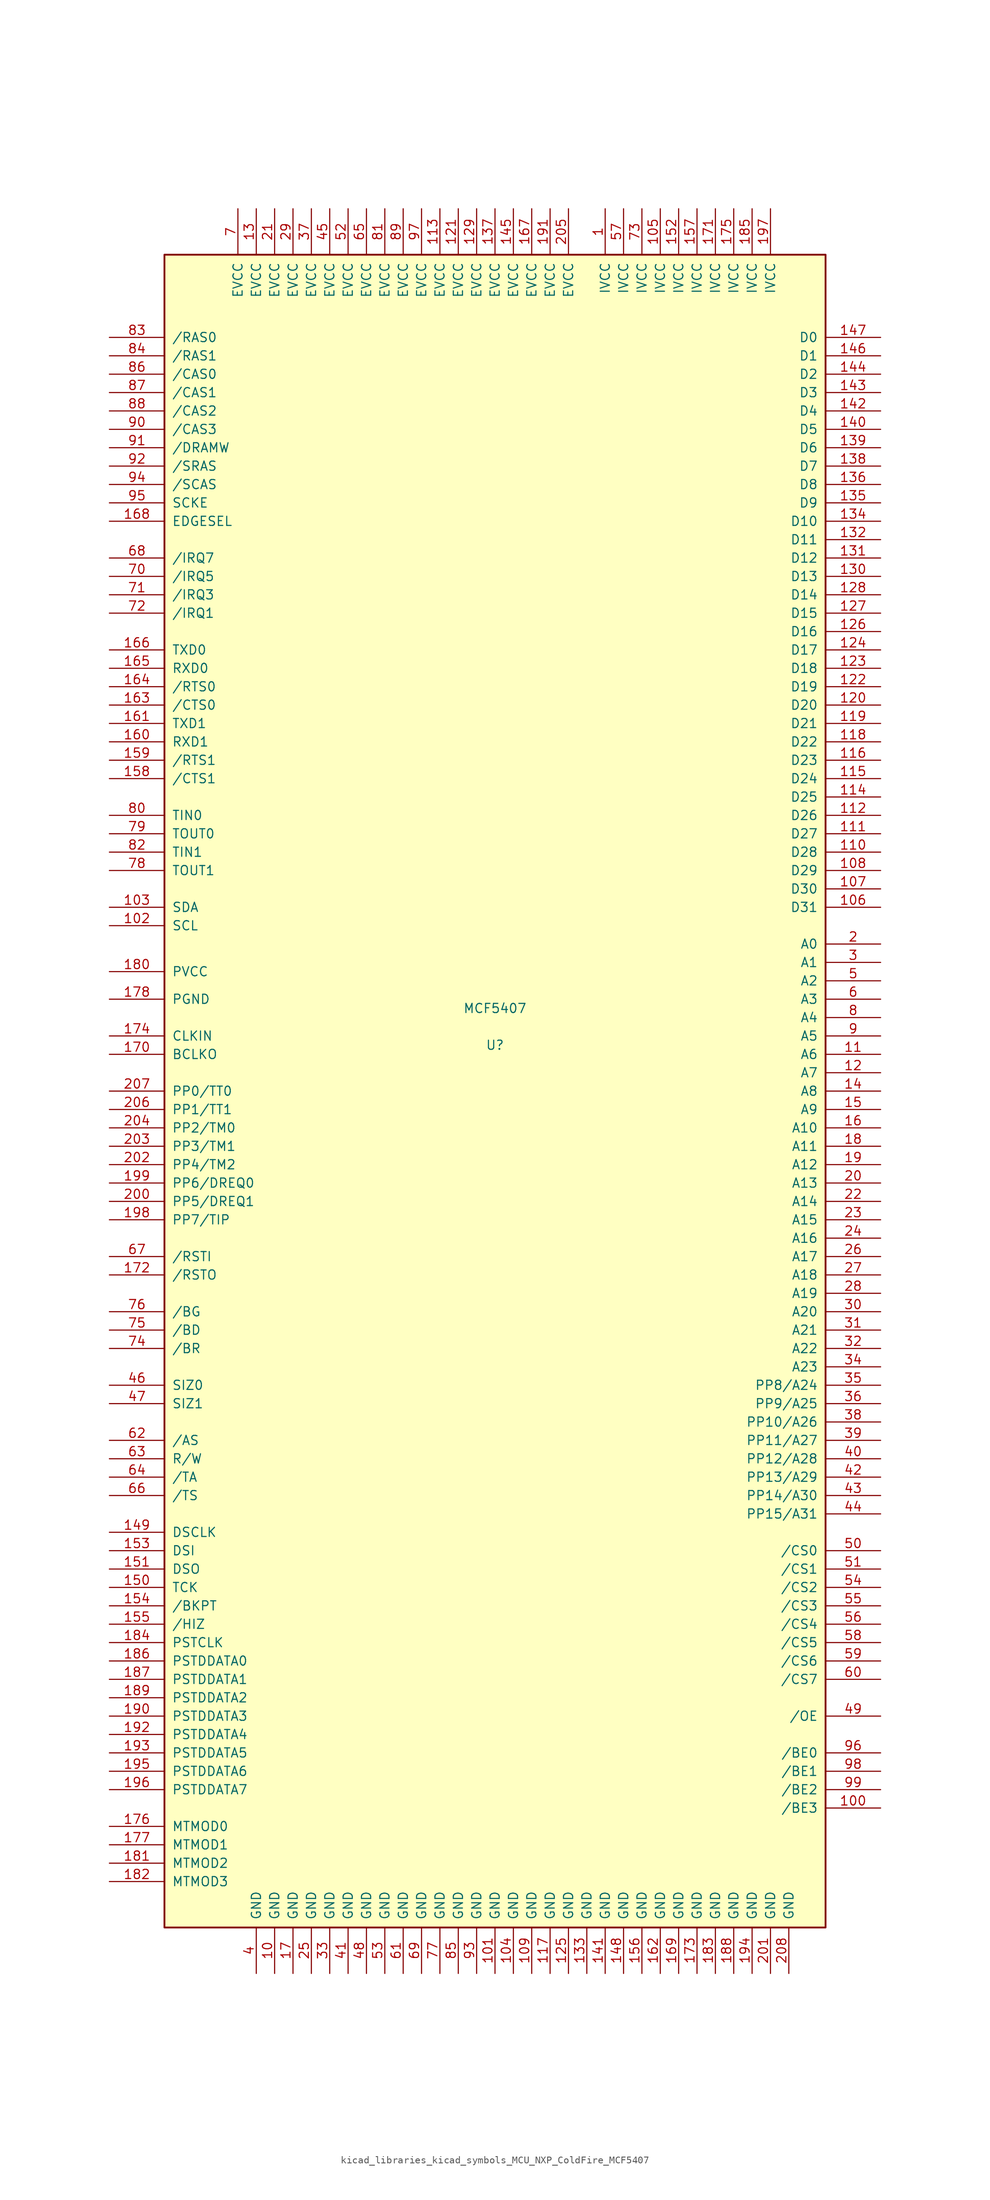
<source format=kicad_sym>
(kicad_symbol_lib
  (version 20220914)
  (generator kicad_symbol_editor)
  (symbol "kicad_libraries_kicad_symbols_MCU_NXP_ColdFire_MCF5407"
    (pin_names
      (offset 1.016))
    (property "Reference" "U"
      (at 0 6.35 0)
      (effects (font (size 1.27 1.27))))
    (property "Value" "MCF5407"
      (at 0 11.43 0)
      (effects (font (size 1.27 1.27))))
    (symbol "kicad_libraries_kicad_symbols_MCU_NXP_ColdFire_MCF5407_0_1"
      (rectangle (start -45.72 115.57) (end 45.72 -115.57) (stroke (width 0.254) (type default)) (fill (type background))))
    (symbol "kicad_libraries_kicad_symbols_MCU_NXP_ColdFire_MCF5407_1_1"
      (pin power_in line (at 15.24 121.92 270) (length 6.35) (name "IVCC" (effects (font (size 1.27 1.27)))) (number "1" (effects (font (size 1.27 1.27)))))
      (pin power_in line (at -30.48 -121.92 90) (length 6.35) (name "GND" (effects (font (size 1.27 1.27)))) (number "10" (effects (font (size 1.27 1.27)))))
      (pin bidirectional line (at 53.34 -99.06 180) (length 7.62) (name "/BE3" (effects (font (size 1.27 1.27)))) (number "100" (effects (font (size 1.27 1.27)))))
      (pin power_in line (at 0 -121.92 90) (length 6.35) (name "GND" (effects (font (size 1.27 1.27)))) (number "101" (effects (font (size 1.27 1.27)))))
      (pin bidirectional line (at -53.34 22.86 0) (length 7.62) (name "SCL" (effects (font (size 1.27 1.27)))) (number "102" (effects (font (size 1.27 1.27)))))
      (pin bidirectional line (at -53.34 25.4 0) (length 7.62) (name "SDA" (effects (font (size 1.27 1.27)))) (number "103" (effects (font (size 1.27 1.27)))))
      (pin power_in line (at 2.54 -121.92 90) (length 6.35) (name "GND" (effects (font (size 1.27 1.27)))) (number "104" (effects (font (size 1.27 1.27)))))
      (pin power_in line (at 22.86 121.92 270) (length 6.35) (name "IVCC" (effects (font (size 1.27 1.27)))) (number "105" (effects (font (size 1.27 1.27)))))
      (pin bidirectional line (at 53.34 25.4 180) (length 7.62) (name "D31" (effects (font (size 1.27 1.27)))) (number "106" (effects (font (size 1.27 1.27)))))
      (pin bidirectional line (at 53.34 27.94 180) (length 7.62) (name "D30" (effects (font (size 1.27 1.27)))) (number "107" (effects (font (size 1.27 1.27)))))
      (pin bidirectional line (at 53.34 30.48 180) (length 7.62) (name "D29" (effects (font (size 1.27 1.27)))) (number "108" (effects (font (size 1.27 1.27)))))
      (pin power_in line (at 5.08 -121.92 90) (length 6.35) (name "GND" (effects (font (size 1.27 1.27)))) (number "109" (effects (font (size 1.27 1.27)))))
      (pin bidirectional line (at 53.34 5.08 180) (length 7.62) (name "A6" (effects (font (size 1.27 1.27)))) (number "11" (effects (font (size 1.27 1.27)))))
      (pin bidirectional line (at 53.34 33.02 180) (length 7.62) (name "D28" (effects (font (size 1.27 1.27)))) (number "110" (effects (font (size 1.27 1.27)))))
      (pin bidirectional line (at 53.34 35.56 180) (length 7.62) (name "D27" (effects (font (size 1.27 1.27)))) (number "111" (effects (font (size 1.27 1.27)))))
      (pin bidirectional line (at 53.34 38.1 180) (length 7.62) (name "D26" (effects (font (size 1.27 1.27)))) (number "112" (effects (font (size 1.27 1.27)))))
      (pin power_in line (at -7.62 121.92 270) (length 6.35) (name "EVCC" (effects (font (size 1.27 1.27)))) (number "113" (effects (font (size 1.27 1.27)))))
      (pin bidirectional line (at 53.34 40.64 180) (length 7.62) (name "D25" (effects (font (size 1.27 1.27)))) (number "114" (effects (font (size 1.27 1.27)))))
      (pin bidirectional line (at 53.34 43.18 180) (length 7.62) (name "D24" (effects (font (size 1.27 1.27)))) (number "115" (effects (font (size 1.27 1.27)))))
      (pin bidirectional line (at 53.34 45.72 180) (length 7.62) (name "D23" (effects (font (size 1.27 1.27)))) (number "116" (effects (font (size 1.27 1.27)))))
      (pin power_in line (at 7.62 -121.92 90) (length 6.35) (name "GND" (effects (font (size 1.27 1.27)))) (number "117" (effects (font (size 1.27 1.27)))))
      (pin bidirectional line (at 53.34 48.26 180) (length 7.62) (name "D22" (effects (font (size 1.27 1.27)))) (number "118" (effects (font (size 1.27 1.27)))))
      (pin bidirectional line (at 53.34 50.8 180) (length 7.62) (name "D21" (effects (font (size 1.27 1.27)))) (number "119" (effects (font (size 1.27 1.27)))))
      (pin bidirectional line (at 53.34 2.54 180) (length 7.62) (name "A7" (effects (font (size 1.27 1.27)))) (number "12" (effects (font (size 1.27 1.27)))))
      (pin bidirectional line (at 53.34 53.34 180) (length 7.62) (name "D20" (effects (font (size 1.27 1.27)))) (number "120" (effects (font (size 1.27 1.27)))))
      (pin power_in line (at -5.08 121.92 270) (length 6.35) (name "EVCC" (effects (font (size 1.27 1.27)))) (number "121" (effects (font (size 1.27 1.27)))))
      (pin bidirectional line (at 53.34 55.88 180) (length 7.62) (name "D19" (effects (font (size 1.27 1.27)))) (number "122" (effects (font (size 1.27 1.27)))))
      (pin bidirectional line (at 53.34 58.42 180) (length 7.62) (name "D18" (effects (font (size 1.27 1.27)))) (number "123" (effects (font (size 1.27 1.27)))))
      (pin bidirectional line (at 53.34 60.96 180) (length 7.62) (name "D17" (effects (font (size 1.27 1.27)))) (number "124" (effects (font (size 1.27 1.27)))))
      (pin power_in line (at 10.16 -121.92 90) (length 6.35) (name "GND" (effects (font (size 1.27 1.27)))) (number "125" (effects (font (size 1.27 1.27)))))
      (pin bidirectional line (at 53.34 63.5 180) (length 7.62) (name "D16" (effects (font (size 1.27 1.27)))) (number "126" (effects (font (size 1.27 1.27)))))
      (pin bidirectional line (at 53.34 66.04 180) (length 7.62) (name "D15" (effects (font (size 1.27 1.27)))) (number "127" (effects (font (size 1.27 1.27)))))
      (pin bidirectional line (at 53.34 68.58 180) (length 7.62) (name "D14" (effects (font (size 1.27 1.27)))) (number "128" (effects (font (size 1.27 1.27)))))
      (pin power_in line (at -2.54 121.92 270) (length 6.35) (name "EVCC" (effects (font (size 1.27 1.27)))) (number "129" (effects (font (size 1.27 1.27)))))
      (pin power_in line (at -33.02 121.92 270) (length 6.35) (name "EVCC" (effects (font (size 1.27 1.27)))) (number "13" (effects (font (size 1.27 1.27)))))
      (pin bidirectional line (at 53.34 71.12 180) (length 7.62) (name "D13" (effects (font (size 1.27 1.27)))) (number "130" (effects (font (size 1.27 1.27)))))
      (pin bidirectional line (at 53.34 73.66 180) (length 7.62) (name "D12" (effects (font (size 1.27 1.27)))) (number "131" (effects (font (size 1.27 1.27)))))
      (pin bidirectional line (at 53.34 76.2 180) (length 7.62) (name "D11" (effects (font (size 1.27 1.27)))) (number "132" (effects (font (size 1.27 1.27)))))
      (pin power_in line (at 12.7 -121.92 90) (length 6.35) (name "GND" (effects (font (size 1.27 1.27)))) (number "133" (effects (font (size 1.27 1.27)))))
      (pin bidirectional line (at 53.34 78.74 180) (length 7.62) (name "D10" (effects (font (size 1.27 1.27)))) (number "134" (effects (font (size 1.27 1.27)))))
      (pin bidirectional line (at 53.34 81.28 180) (length 7.62) (name "D9" (effects (font (size 1.27 1.27)))) (number "135" (effects (font (size 1.27 1.27)))))
      (pin bidirectional line (at 53.34 83.82 180) (length 7.62) (name "D8" (effects (font (size 1.27 1.27)))) (number "136" (effects (font (size 1.27 1.27)))))
      (pin power_in line (at 0 121.92 270) (length 6.35) (name "EVCC" (effects (font (size 1.27 1.27)))) (number "137" (effects (font (size 1.27 1.27)))))
      (pin bidirectional line (at 53.34 86.36 180) (length 7.62) (name "D7" (effects (font (size 1.27 1.27)))) (number "138" (effects (font (size 1.27 1.27)))))
      (pin bidirectional line (at 53.34 88.9 180) (length 7.62) (name "D6" (effects (font (size 1.27 1.27)))) (number "139" (effects (font (size 1.27 1.27)))))
      (pin bidirectional line (at 53.34 0 180) (length 7.62) (name "A8" (effects (font (size 1.27 1.27)))) (number "14" (effects (font (size 1.27 1.27)))))
      (pin bidirectional line (at 53.34 91.44 180) (length 7.62) (name "D5" (effects (font (size 1.27 1.27)))) (number "140" (effects (font (size 1.27 1.27)))))
      (pin power_in line (at 15.24 -121.92 90) (length 6.35) (name "GND" (effects (font (size 1.27 1.27)))) (number "141" (effects (font (size 1.27 1.27)))))
      (pin bidirectional line (at 53.34 93.98 180) (length 7.62) (name "D4" (effects (font (size 1.27 1.27)))) (number "142" (effects (font (size 1.27 1.27)))))
      (pin bidirectional line (at 53.34 96.52 180) (length 7.62) (name "D3" (effects (font (size 1.27 1.27)))) (number "143" (effects (font (size 1.27 1.27)))))
      (pin bidirectional line (at 53.34 99.06 180) (length 7.62) (name "D2" (effects (font (size 1.27 1.27)))) (number "144" (effects (font (size 1.27 1.27)))))
      (pin power_in line (at 2.54 121.92 270) (length 6.35) (name "EVCC" (effects (font (size 1.27 1.27)))) (number "145" (effects (font (size 1.27 1.27)))))
      (pin bidirectional line (at 53.34 101.6 180) (length 7.62) (name "D1" (effects (font (size 1.27 1.27)))) (number "146" (effects (font (size 1.27 1.27)))))
      (pin bidirectional line (at 53.34 104.14 180) (length 7.62) (name "D0" (effects (font (size 1.27 1.27)))) (number "147" (effects (font (size 1.27 1.27)))))
      (pin power_in line (at 17.78 -121.92 90) (length 6.35) (name "GND" (effects (font (size 1.27 1.27)))) (number "148" (effects (font (size 1.27 1.27)))))
      (pin input line (at -53.34 -60.96 0) (length 7.62) (name "DSCLK" (effects (font (size 1.27 1.27)))) (number "149" (effects (font (size 1.27 1.27)))))
      (pin bidirectional line (at 53.34 -2.54 180) (length 7.62) (name "A9" (effects (font (size 1.27 1.27)))) (number "15" (effects (font (size 1.27 1.27)))))
      (pin input line (at -53.34 -68.58 0) (length 7.62) (name "TCK" (effects (font (size 1.27 1.27)))) (number "150" (effects (font (size 1.27 1.27)))))
      (pin output line (at -53.34 -66.04 0) (length 7.62) (name "DSO" (effects (font (size 1.27 1.27)))) (number "151" (effects (font (size 1.27 1.27)))))
      (pin power_in line (at 25.4 121.92 270) (length 6.35) (name "IVCC" (effects (font (size 1.27 1.27)))) (number "152" (effects (font (size 1.27 1.27)))))
      (pin input line (at -53.34 -63.5 0) (length 7.62) (name "DSI" (effects (font (size 1.27 1.27)))) (number "153" (effects (font (size 1.27 1.27)))))
      (pin input line (at -53.34 -71.12 0) (length 7.62) (name "/BKPT" (effects (font (size 1.27 1.27)))) (number "154" (effects (font (size 1.27 1.27)))))
      (pin input line (at -53.34 -73.66 0) (length 7.62) (name "/HIZ" (effects (font (size 1.27 1.27)))) (number "155" (effects (font (size 1.27 1.27)))))
      (pin power_in line (at 20.32 -121.92 90) (length 6.35) (name "GND" (effects (font (size 1.27 1.27)))) (number "156" (effects (font (size 1.27 1.27)))))
      (pin power_in line (at 27.94 121.92 270) (length 6.35) (name "IVCC" (effects (font (size 1.27 1.27)))) (number "157" (effects (font (size 1.27 1.27)))))
      (pin input line (at -53.34 43.18 0) (length 7.62) (name "/CTS1" (effects (font (size 1.27 1.27)))) (number "158" (effects (font (size 1.27 1.27)))))
      (pin output line (at -53.34 45.72 0) (length 7.62) (name "/RTS1" (effects (font (size 1.27 1.27)))) (number "159" (effects (font (size 1.27 1.27)))))
      (pin bidirectional line (at 53.34 -5.08 180) (length 7.62) (name "A10" (effects (font (size 1.27 1.27)))) (number "16" (effects (font (size 1.27 1.27)))))
      (pin input line (at -53.34 48.26 0) (length 7.62) (name "RXD1" (effects (font (size 1.27 1.27)))) (number "160" (effects (font (size 1.27 1.27)))))
      (pin output line (at -53.34 50.8 0) (length 7.62) (name "TXD1" (effects (font (size 1.27 1.27)))) (number "161" (effects (font (size 1.27 1.27)))))
      (pin power_in line (at 22.86 -121.92 90) (length 6.35) (name "GND" (effects (font (size 1.27 1.27)))) (number "162" (effects (font (size 1.27 1.27)))))
      (pin input line (at -53.34 53.34 0) (length 7.62) (name "/CTS0" (effects (font (size 1.27 1.27)))) (number "163" (effects (font (size 1.27 1.27)))))
      (pin output line (at -53.34 55.88 0) (length 7.62) (name "/RTS0" (effects (font (size 1.27 1.27)))) (number "164" (effects (font (size 1.27 1.27)))))
      (pin input line (at -53.34 58.42 0) (length 7.62) (name "RXD0" (effects (font (size 1.27 1.27)))) (number "165" (effects (font (size 1.27 1.27)))))
      (pin output line (at -53.34 60.96 0) (length 7.62) (name "TXD0" (effects (font (size 1.27 1.27)))) (number "166" (effects (font (size 1.27 1.27)))))
      (pin power_in line (at 5.08 121.92 270) (length 6.35) (name "EVCC" (effects (font (size 1.27 1.27)))) (number "167" (effects (font (size 1.27 1.27)))))
      (pin input line (at -53.34 78.74 0) (length 7.62) (name "EDGESEL" (effects (font (size 1.27 1.27)))) (number "168" (effects (font (size 1.27 1.27)))))
      (pin power_in line (at 25.4 -121.92 90) (length 6.35) (name "GND" (effects (font (size 1.27 1.27)))) (number "169" (effects (font (size 1.27 1.27)))))
      (pin power_in line (at -27.94 -121.92 90) (length 6.35) (name "GND" (effects (font (size 1.27 1.27)))) (number "17" (effects (font (size 1.27 1.27)))))
      (pin output line (at -53.34 5.08 0) (length 7.62) (name "BCLKO" (effects (font (size 1.27 1.27)))) (number "170" (effects (font (size 1.27 1.27)))))
      (pin power_in line (at 30.48 121.92 270) (length 6.35) (name "IVCC" (effects (font (size 1.27 1.27)))) (number "171" (effects (font (size 1.27 1.27)))))
      (pin output line (at -53.34 -25.4 0) (length 7.62) (name "/RSTO" (effects (font (size 1.27 1.27)))) (number "172" (effects (font (size 1.27 1.27)))))
      (pin power_in line (at 27.94 -121.92 90) (length 6.35) (name "GND" (effects (font (size 1.27 1.27)))) (number "173" (effects (font (size 1.27 1.27)))))
      (pin output line (at -53.34 7.62 0) (length 7.62) (name "CLKIN" (effects (font (size 1.27 1.27)))) (number "174" (effects (font (size 1.27 1.27)))))
      (pin power_in line (at 33.02 121.92 270) (length 6.35) (name "IVCC" (effects (font (size 1.27 1.27)))) (number "175" (effects (font (size 1.27 1.27)))))
      (pin input line (at -53.34 -101.6 0) (length 7.62) (name "MTMOD0" (effects (font (size 1.27 1.27)))) (number "176" (effects (font (size 1.27 1.27)))))
      (pin input line (at -53.34 -104.14 0) (length 7.62) (name "MTMOD1" (effects (font (size 1.27 1.27)))) (number "177" (effects (font (size 1.27 1.27)))))
      (pin passive line (at -53.34 12.7 0) (length 7.62) (name "PGND" (effects (font (size 1.27 1.27)))) (number "178" (effects (font (size 1.27 1.27)))))
      (pin bidirectional line (at 53.34 -7.62 180) (length 7.62) (name "A11" (effects (font (size 1.27 1.27)))) (number "18" (effects (font (size 1.27 1.27)))))
      (pin passive line (at -53.34 16.51 0) (length 7.62) (name "PVCC" (effects (font (size 1.27 1.27)))) (number "180" (effects (font (size 1.27 1.27)))))
      (pin input line (at -53.34 -106.68 0) (length 7.62) (name "MTMOD2" (effects (font (size 1.27 1.27)))) (number "181" (effects (font (size 1.27 1.27)))))
      (pin input line (at -53.34 -109.22 0) (length 7.62) (name "MTMOD3" (effects (font (size 1.27 1.27)))) (number "182" (effects (font (size 1.27 1.27)))))
      (pin power_in line (at 30.48 -121.92 90) (length 6.35) (name "GND" (effects (font (size 1.27 1.27)))) (number "183" (effects (font (size 1.27 1.27)))))
      (pin output line (at -53.34 -76.2 0) (length 7.62) (name "PSTCLK" (effects (font (size 1.27 1.27)))) (number "184" (effects (font (size 1.27 1.27)))))
      (pin power_in line (at 35.56 121.92 270) (length 6.35) (name "IVCC" (effects (font (size 1.27 1.27)))) (number "185" (effects (font (size 1.27 1.27)))))
      (pin output line (at -53.34 -78.74 0) (length 7.62) (name "PSTDDATA0" (effects (font (size 1.27 1.27)))) (number "186" (effects (font (size 1.27 1.27)))))
      (pin output line (at -53.34 -81.28 0) (length 7.62) (name "PSTDDATA1" (effects (font (size 1.27 1.27)))) (number "187" (effects (font (size 1.27 1.27)))))
      (pin power_in line (at 33.02 -121.92 90) (length 6.35) (name "GND" (effects (font (size 1.27 1.27)))) (number "188" (effects (font (size 1.27 1.27)))))
      (pin output line (at -53.34 -83.82 0) (length 7.62) (name "PSTDDATA2" (effects (font (size 1.27 1.27)))) (number "189" (effects (font (size 1.27 1.27)))))
      (pin bidirectional line (at 53.34 -10.16 180) (length 7.62) (name "A12" (effects (font (size 1.27 1.27)))) (number "19" (effects (font (size 1.27 1.27)))))
      (pin output line (at -53.34 -86.36 0) (length 7.62) (name "PSTDDATA3" (effects (font (size 1.27 1.27)))) (number "190" (effects (font (size 1.27 1.27)))))
      (pin power_in line (at 7.62 121.92 270) (length 6.35) (name "EVCC" (effects (font (size 1.27 1.27)))) (number "191" (effects (font (size 1.27 1.27)))))
      (pin output line (at -53.34 -88.9 0) (length 7.62) (name "PSTDDATA4" (effects (font (size 1.27 1.27)))) (number "192" (effects (font (size 1.27 1.27)))))
      (pin output line (at -53.34 -91.44 0) (length 7.62) (name "PSTDDATA5" (effects (font (size 1.27 1.27)))) (number "193" (effects (font (size 1.27 1.27)))))
      (pin power_in line (at 35.56 -121.92 90) (length 6.35) (name "GND" (effects (font (size 1.27 1.27)))) (number "194" (effects (font (size 1.27 1.27)))))
      (pin output line (at -53.34 -93.98 0) (length 7.62) (name "PSTDDATA6" (effects (font (size 1.27 1.27)))) (number "195" (effects (font (size 1.27 1.27)))))
      (pin output line (at -53.34 -96.52 0) (length 7.62) (name "PSTDDATA7" (effects (font (size 1.27 1.27)))) (number "196" (effects (font (size 1.27 1.27)))))
      (pin power_in line (at 38.1 121.92 270) (length 6.35) (name "IVCC" (effects (font (size 1.27 1.27)))) (number "197" (effects (font (size 1.27 1.27)))))
      (pin bidirectional line (at -53.34 -17.78 0) (length 7.62) (name "PP7/TIP" (effects (font (size 1.27 1.27)))) (number "198" (effects (font (size 1.27 1.27)))))
      (pin bidirectional line (at -53.34 -12.7 0) (length 7.62) (name "PP6/DREQ0" (effects (font (size 1.27 1.27)))) (number "199" (effects (font (size 1.27 1.27)))))
      (pin bidirectional line (at 53.34 20.32 180) (length 7.62) (name "A0" (effects (font (size 1.27 1.27)))) (number "2" (effects (font (size 1.27 1.27)))))
      (pin bidirectional line (at 53.34 -12.7 180) (length 7.62) (name "A13" (effects (font (size 1.27 1.27)))) (number "20" (effects (font (size 1.27 1.27)))))
      (pin bidirectional line (at -53.34 -15.24 0) (length 7.62) (name "PP5/DREQ1" (effects (font (size 1.27 1.27)))) (number "200" (effects (font (size 1.27 1.27)))))
      (pin power_in line (at 38.1 -121.92 90) (length 6.35) (name "GND" (effects (font (size 1.27 1.27)))) (number "201" (effects (font (size 1.27 1.27)))))
      (pin bidirectional line (at -53.34 -10.16 0) (length 7.62) (name "PP4/TM2" (effects (font (size 1.27 1.27)))) (number "202" (effects (font (size 1.27 1.27)))))
      (pin bidirectional line (at -53.34 -7.62 0) (length 7.62) (name "PP3/TM1" (effects (font (size 1.27 1.27)))) (number "203" (effects (font (size 1.27 1.27)))))
      (pin bidirectional line (at -53.34 -5.08 0) (length 7.62) (name "PP2/TM0" (effects (font (size 1.27 1.27)))) (number "204" (effects (font (size 1.27 1.27)))))
      (pin power_in line (at 10.16 121.92 270) (length 6.35) (name "EVCC" (effects (font (size 1.27 1.27)))) (number "205" (effects (font (size 1.27 1.27)))))
      (pin bidirectional line (at -53.34 -2.54 0) (length 7.62) (name "PP1/TT1" (effects (font (size 1.27 1.27)))) (number "206" (effects (font (size 1.27 1.27)))))
      (pin bidirectional line (at -53.34 0 0) (length 7.62) (name "PP0/TT0" (effects (font (size 1.27 1.27)))) (number "207" (effects (font (size 1.27 1.27)))))
      (pin power_in line (at 40.64 -121.92 90) (length 6.35) (name "GND" (effects (font (size 1.27 1.27)))) (number "208" (effects (font (size 1.27 1.27)))))
      (pin power_in line (at -30.48 121.92 270) (length 6.35) (name "EVCC" (effects (font (size 1.27 1.27)))) (number "21" (effects (font (size 1.27 1.27)))))
      (pin bidirectional line (at 53.34 -15.24 180) (length 7.62) (name "A14" (effects (font (size 1.27 1.27)))) (number "22" (effects (font (size 1.27 1.27)))))
      (pin bidirectional line (at 53.34 -17.78 180) (length 7.62) (name "A15" (effects (font (size 1.27 1.27)))) (number "23" (effects (font (size 1.27 1.27)))))
      (pin bidirectional line (at 53.34 -20.32 180) (length 7.62) (name "A16" (effects (font (size 1.27 1.27)))) (number "24" (effects (font (size 1.27 1.27)))))
      (pin power_in line (at -25.4 -121.92 90) (length 6.35) (name "GND" (effects (font (size 1.27 1.27)))) (number "25" (effects (font (size 1.27 1.27)))))
      (pin bidirectional line (at 53.34 -22.86 180) (length 7.62) (name "A17" (effects (font (size 1.27 1.27)))) (number "26" (effects (font (size 1.27 1.27)))))
      (pin bidirectional line (at 53.34 -25.4 180) (length 7.62) (name "A18" (effects (font (size 1.27 1.27)))) (number "27" (effects (font (size 1.27 1.27)))))
      (pin bidirectional line (at 53.34 -27.94 180) (length 7.62) (name "A19" (effects (font (size 1.27 1.27)))) (number "28" (effects (font (size 1.27 1.27)))))
      (pin power_in line (at -27.94 121.92 270) (length 6.35) (name "EVCC" (effects (font (size 1.27 1.27)))) (number "29" (effects (font (size 1.27 1.27)))))
      (pin bidirectional line (at 53.34 17.78 180) (length 7.62) (name "A1" (effects (font (size 1.27 1.27)))) (number "3" (effects (font (size 1.27 1.27)))))
      (pin bidirectional line (at 53.34 -30.48 180) (length 7.62) (name "A20" (effects (font (size 1.27 1.27)))) (number "30" (effects (font (size 1.27 1.27)))))
      (pin bidirectional line (at 53.34 -33.02 180) (length 7.62) (name "A21" (effects (font (size 1.27 1.27)))) (number "31" (effects (font (size 1.27 1.27)))))
      (pin bidirectional line (at 53.34 -35.56 180) (length 7.62) (name "A22" (effects (font (size 1.27 1.27)))) (number "32" (effects (font (size 1.27 1.27)))))
      (pin power_in line (at -22.86 -121.92 90) (length 6.35) (name "GND" (effects (font (size 1.27 1.27)))) (number "33" (effects (font (size 1.27 1.27)))))
      (pin bidirectional line (at 53.34 -38.1 180) (length 7.62) (name "A23" (effects (font (size 1.27 1.27)))) (number "34" (effects (font (size 1.27 1.27)))))
      (pin bidirectional line (at 53.34 -40.64 180) (length 7.62) (name "PP8/A24" (effects (font (size 1.27 1.27)))) (number "35" (effects (font (size 1.27 1.27)))))
      (pin bidirectional line (at 53.34 -43.18 180) (length 7.62) (name "PP9/A25" (effects (font (size 1.27 1.27)))) (number "36" (effects (font (size 1.27 1.27)))))
      (pin power_in line (at -25.4 121.92 270) (length 6.35) (name "EVCC" (effects (font (size 1.27 1.27)))) (number "37" (effects (font (size 1.27 1.27)))))
      (pin bidirectional line (at 53.34 -45.72 180) (length 7.62) (name "PP10/A26" (effects (font (size 1.27 1.27)))) (number "38" (effects (font (size 1.27 1.27)))))
      (pin bidirectional line (at 53.34 -48.26 180) (length 7.62) (name "PP11/A27" (effects (font (size 1.27 1.27)))) (number "39" (effects (font (size 1.27 1.27)))))
      (pin power_in line (at -33.02 -121.92 90) (length 6.35) (name "GND" (effects (font (size 1.27 1.27)))) (number "4" (effects (font (size 1.27 1.27)))))
      (pin bidirectional line (at 53.34 -50.8 180) (length 7.62) (name "PP12/A28" (effects (font (size 1.27 1.27)))) (number "40" (effects (font (size 1.27 1.27)))))
      (pin power_in line (at -20.32 -121.92 90) (length 6.35) (name "GND" (effects (font (size 1.27 1.27)))) (number "41" (effects (font (size 1.27 1.27)))))
      (pin bidirectional line (at 53.34 -53.34 180) (length 7.62) (name "PP13/A29" (effects (font (size 1.27 1.27)))) (number "42" (effects (font (size 1.27 1.27)))))
      (pin bidirectional line (at 53.34 -55.88 180) (length 7.62) (name "PP14/A30" (effects (font (size 1.27 1.27)))) (number "43" (effects (font (size 1.27 1.27)))))
      (pin bidirectional line (at 53.34 -58.42 180) (length 7.62) (name "PP15/A31" (effects (font (size 1.27 1.27)))) (number "44" (effects (font (size 1.27 1.27)))))
      (pin power_in line (at -22.86 121.92 270) (length 6.35) (name "EVCC" (effects (font (size 1.27 1.27)))) (number "45" (effects (font (size 1.27 1.27)))))
      (pin bidirectional line (at -53.34 -40.64 0) (length 7.62) (name "SIZ0" (effects (font (size 1.27 1.27)))) (number "46" (effects (font (size 1.27 1.27)))))
      (pin bidirectional line (at -53.34 -43.18 0) (length 7.62) (name "SIZ1" (effects (font (size 1.27 1.27)))) (number "47" (effects (font (size 1.27 1.27)))))
      (pin power_in line (at -17.78 -121.92 90) (length 6.35) (name "GND" (effects (font (size 1.27 1.27)))) (number "48" (effects (font (size 1.27 1.27)))))
      (pin output line (at 53.34 -86.36 180) (length 7.62) (name "/OE" (effects (font (size 1.27 1.27)))) (number "49" (effects (font (size 1.27 1.27)))))
      (pin bidirectional line (at 53.34 15.24 180) (length 7.62) (name "A2" (effects (font (size 1.27 1.27)))) (number "5" (effects (font (size 1.27 1.27)))))
      (pin output line (at 53.34 -63.5 180) (length 7.62) (name "/CS0" (effects (font (size 1.27 1.27)))) (number "50" (effects (font (size 1.27 1.27)))))
      (pin output line (at 53.34 -66.04 180) (length 7.62) (name "/CS1" (effects (font (size 1.27 1.27)))) (number "51" (effects (font (size 1.27 1.27)))))
      (pin power_in line (at -20.32 121.92 270) (length 6.35) (name "EVCC" (effects (font (size 1.27 1.27)))) (number "52" (effects (font (size 1.27 1.27)))))
      (pin power_in line (at -15.24 -121.92 90) (length 6.35) (name "GND" (effects (font (size 1.27 1.27)))) (number "53" (effects (font (size 1.27 1.27)))))
      (pin output line (at 53.34 -68.58 180) (length 7.62) (name "/CS2" (effects (font (size 1.27 1.27)))) (number "54" (effects (font (size 1.27 1.27)))))
      (pin output line (at 53.34 -71.12 180) (length 7.62) (name "/CS3" (effects (font (size 1.27 1.27)))) (number "55" (effects (font (size 1.27 1.27)))))
      (pin output line (at 53.34 -73.66 180) (length 7.62) (name "/CS4" (effects (font (size 1.27 1.27)))) (number "56" (effects (font (size 1.27 1.27)))))
      (pin power_in line (at 17.78 121.92 270) (length 6.35) (name "IVCC" (effects (font (size 1.27 1.27)))) (number "57" (effects (font (size 1.27 1.27)))))
      (pin output line (at 53.34 -76.2 180) (length 7.62) (name "/CS5" (effects (font (size 1.27 1.27)))) (number "58" (effects (font (size 1.27 1.27)))))
      (pin output line (at 53.34 -78.74 180) (length 7.62) (name "/CS6" (effects (font (size 1.27 1.27)))) (number "59" (effects (font (size 1.27 1.27)))))
      (pin bidirectional line (at 53.34 12.7 180) (length 7.62) (name "A3" (effects (font (size 1.27 1.27)))) (number "6" (effects (font (size 1.27 1.27)))))
      (pin output line (at 53.34 -81.28 180) (length 7.62) (name "/CS7" (effects (font (size 1.27 1.27)))) (number "60" (effects (font (size 1.27 1.27)))))
      (pin power_in line (at -12.7 -121.92 90) (length 6.35) (name "GND" (effects (font (size 1.27 1.27)))) (number "61" (effects (font (size 1.27 1.27)))))
      (pin bidirectional line (at -53.34 -48.26 0) (length 7.62) (name "/AS" (effects (font (size 1.27 1.27)))) (number "62" (effects (font (size 1.27 1.27)))))
      (pin bidirectional line (at -53.34 -50.8 0) (length 7.62) (name "R/W" (effects (font (size 1.27 1.27)))) (number "63" (effects (font (size 1.27 1.27)))))
      (pin bidirectional line (at -53.34 -53.34 0) (length 7.62) (name "/TA" (effects (font (size 1.27 1.27)))) (number "64" (effects (font (size 1.27 1.27)))))
      (pin power_in line (at -17.78 121.92 270) (length 6.35) (name "EVCC" (effects (font (size 1.27 1.27)))) (number "65" (effects (font (size 1.27 1.27)))))
      (pin bidirectional line (at -53.34 -55.88 0) (length 7.62) (name "/TS" (effects (font (size 1.27 1.27)))) (number "66" (effects (font (size 1.27 1.27)))))
      (pin input line (at -53.34 -22.86 0) (length 7.62) (name "/RSTI" (effects (font (size 1.27 1.27)))) (number "67" (effects (font (size 1.27 1.27)))))
      (pin input line (at -53.34 73.66 0) (length 7.62) (name "/IRQ7" (effects (font (size 1.27 1.27)))) (number "68" (effects (font (size 1.27 1.27)))))
      (pin power_in line (at -10.16 -121.92 90) (length 6.35) (name "GND" (effects (font (size 1.27 1.27)))) (number "69" (effects (font (size 1.27 1.27)))))
      (pin power_in line (at -35.56 121.92 270) (length 6.35) (name "EVCC" (effects (font (size 1.27 1.27)))) (number "7" (effects (font (size 1.27 1.27)))))
      (pin input line (at -53.34 71.12 0) (length 7.62) (name "/IRQ5" (effects (font (size 1.27 1.27)))) (number "70" (effects (font (size 1.27 1.27)))))
      (pin input line (at -53.34 68.58 0) (length 7.62) (name "/IRQ3" (effects (font (size 1.27 1.27)))) (number "71" (effects (font (size 1.27 1.27)))))
      (pin input line (at -53.34 66.04 0) (length 7.62) (name "/IRQ1" (effects (font (size 1.27 1.27)))) (number "72" (effects (font (size 1.27 1.27)))))
      (pin power_in line (at 20.32 121.92 270) (length 6.35) (name "IVCC" (effects (font (size 1.27 1.27)))) (number "73" (effects (font (size 1.27 1.27)))))
      (pin output line (at -53.34 -35.56 0) (length 7.62) (name "/BR" (effects (font (size 1.27 1.27)))) (number "74" (effects (font (size 1.27 1.27)))))
      (pin output line (at -53.34 -33.02 0) (length 7.62) (name "/BD" (effects (font (size 1.27 1.27)))) (number "75" (effects (font (size 1.27 1.27)))))
      (pin input line (at -53.34 -30.48 0) (length 7.62) (name "/BG" (effects (font (size 1.27 1.27)))) (number "76" (effects (font (size 1.27 1.27)))))
      (pin power_in line (at -7.62 -121.92 90) (length 6.35) (name "GND" (effects (font (size 1.27 1.27)))) (number "77" (effects (font (size 1.27 1.27)))))
      (pin output line (at -53.34 30.48 0) (length 7.62) (name "TOUT1" (effects (font (size 1.27 1.27)))) (number "78" (effects (font (size 1.27 1.27)))))
      (pin output line (at -53.34 35.56 0) (length 7.62) (name "TOUT0" (effects (font (size 1.27 1.27)))) (number "79" (effects (font (size 1.27 1.27)))))
      (pin bidirectional line (at 53.34 10.16 180) (length 7.62) (name "A4" (effects (font (size 1.27 1.27)))) (number "8" (effects (font (size 1.27 1.27)))))
      (pin input line (at -53.34 38.1 0) (length 7.62) (name "TIN0" (effects (font (size 1.27 1.27)))) (number "80" (effects (font (size 1.27 1.27)))))
      (pin power_in line (at -15.24 121.92 270) (length 6.35) (name "EVCC" (effects (font (size 1.27 1.27)))) (number "81" (effects (font (size 1.27 1.27)))))
      (pin input line (at -53.34 33.02 0) (length 7.62) (name "TIN1" (effects (font (size 1.27 1.27)))) (number "82" (effects (font (size 1.27 1.27)))))
      (pin output line (at -53.34 104.14 0) (length 7.62) (name "/RAS0" (effects (font (size 1.27 1.27)))) (number "83" (effects (font (size 1.27 1.27)))))
      (pin output line (at -53.34 101.6 0) (length 7.62) (name "/RAS1" (effects (font (size 1.27 1.27)))) (number "84" (effects (font (size 1.27 1.27)))))
      (pin power_in line (at -5.08 -121.92 90) (length 6.35) (name "GND" (effects (font (size 1.27 1.27)))) (number "85" (effects (font (size 1.27 1.27)))))
      (pin output line (at -53.34 99.06 0) (length 7.62) (name "/CAS0" (effects (font (size 1.27 1.27)))) (number "86" (effects (font (size 1.27 1.27)))))
      (pin output line (at -53.34 96.52 0) (length 7.62) (name "/CAS1" (effects (font (size 1.27 1.27)))) (number "87" (effects (font (size 1.27 1.27)))))
      (pin output line (at -53.34 93.98 0) (length 7.62) (name "/CAS2" (effects (font (size 1.27 1.27)))) (number "88" (effects (font (size 1.27 1.27)))))
      (pin power_in line (at -12.7 121.92 270) (length 6.35) (name "EVCC" (effects (font (size 1.27 1.27)))) (number "89" (effects (font (size 1.27 1.27)))))
      (pin bidirectional line (at 53.34 7.62 180) (length 7.62) (name "A5" (effects (font (size 1.27 1.27)))) (number "9" (effects (font (size 1.27 1.27)))))
      (pin output line (at -53.34 91.44 0) (length 7.62) (name "/CAS3" (effects (font (size 1.27 1.27)))) (number "90" (effects (font (size 1.27 1.27)))))
      (pin output line (at -53.34 88.9 0) (length 7.62) (name "/DRAMW" (effects (font (size 1.27 1.27)))) (number "91" (effects (font (size 1.27 1.27)))))
      (pin output line (at -53.34 86.36 0) (length 7.62) (name "/SRAS" (effects (font (size 1.27 1.27)))) (number "92" (effects (font (size 1.27 1.27)))))
      (pin power_in line (at -2.54 -121.92 90) (length 6.35) (name "GND" (effects (font (size 1.27 1.27)))) (number "93" (effects (font (size 1.27 1.27)))))
      (pin output line (at -53.34 83.82 0) (length 7.62) (name "/SCAS" (effects (font (size 1.27 1.27)))) (number "94" (effects (font (size 1.27 1.27)))))
      (pin output line (at -53.34 81.28 0) (length 7.62) (name "SCKE" (effects (font (size 1.27 1.27)))) (number "95" (effects (font (size 1.27 1.27)))))
      (pin bidirectional line (at 53.34 -91.44 180) (length 7.62) (name "/BE0" (effects (font (size 1.27 1.27)))) (number "96" (effects (font (size 1.27 1.27)))))
      (pin power_in line (at -10.16 121.92 270) (length 6.35) (name "EVCC" (effects (font (size 1.27 1.27)))) (number "97" (effects (font (size 1.27 1.27)))))
      (pin bidirectional line (at 53.34 -93.98 180) (length 7.62) (name "/BE1" (effects (font (size 1.27 1.27)))) (number "98" (effects (font (size 1.27 1.27)))))
      (pin bidirectional line (at 53.34 -96.52 180) (length 7.62) (name "/BE2" (effects (font (size 1.27 1.27)))) (number "99" (effects (font (size 1.27 1.27))))))))
</source>
